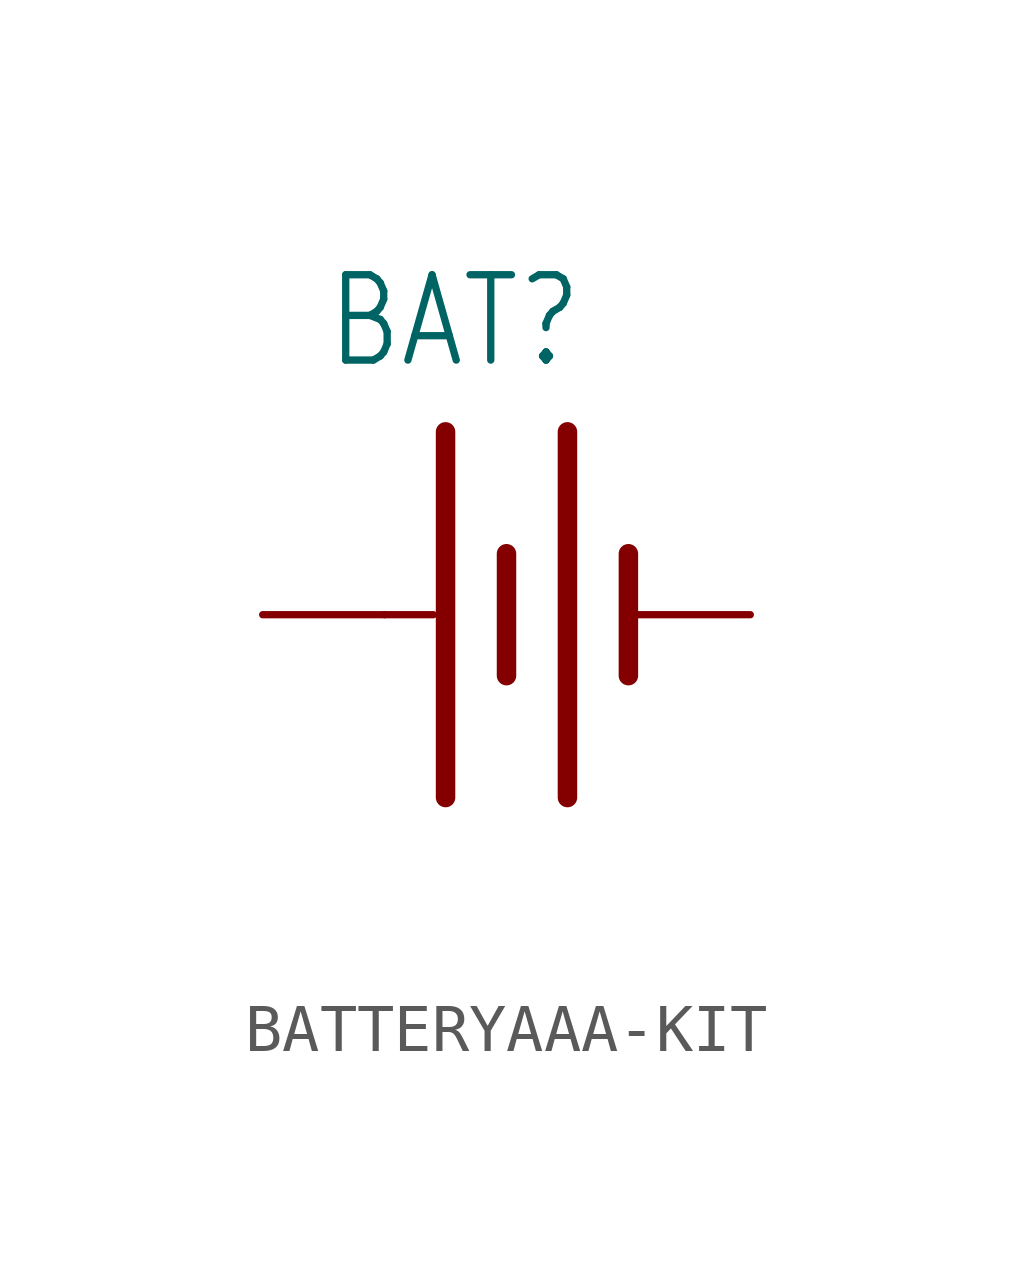
<source format=kicad_sym>
(kicad_symbol_lib
  (version 20220914)
  (generator kicad_symbol_editor)
  (symbol "BATTERYAAA-KIT"
    (property "Reference" "BAT"
      (at -3.81 5.08 0)
      (effects (font (size 1.778 1.511)) (justify left bottom)))
    (property "Value" ""
      (at -3.81 -6.35 0)
      (effects (font (size 1.778 1.511)) (justify left bottom)))
    (property "ki_locked" ""
      (at 0 0 0)
      (effects (font (size 1.27 1.27))))
    (symbol "BATTERYAAA-KIT_1_0"
      (polyline (pts (xy -2.54 0) (xy -1.524 0)) (stroke (width 0.152) (type solid)) (fill (type none)))
      (polyline (pts (xy -1.27 3.81) (xy -1.27 -3.81)) (stroke (width 0.406) (type solid)) (fill (type none)))
      (polyline (pts (xy 0 1.27) (xy 0 -1.27)) (stroke (width 0.406) (type solid)) (fill (type none)))
      (polyline (pts (xy 1.27 3.81) (xy 1.27 -3.81)) (stroke (width 0.406) (type solid)) (fill (type none)))
      (polyline (pts (xy 2.54 1.27) (xy 2.54 -1.27)) (stroke (width 0.406) (type solid)) (fill (type none)))
      (pin power_in line (at 5.08 0 180) (length 2.54) (name "-" (effects (font (size 0 0)))) (number "GND@1" (effects (font (size 0 0)))))
      (pin power_in line (at -5.08 0 0) (length 2.54) (name "+" (effects (font (size 0 0)))) (number "PWR@1" (effects (font (size 0 0))))))))
</source>
